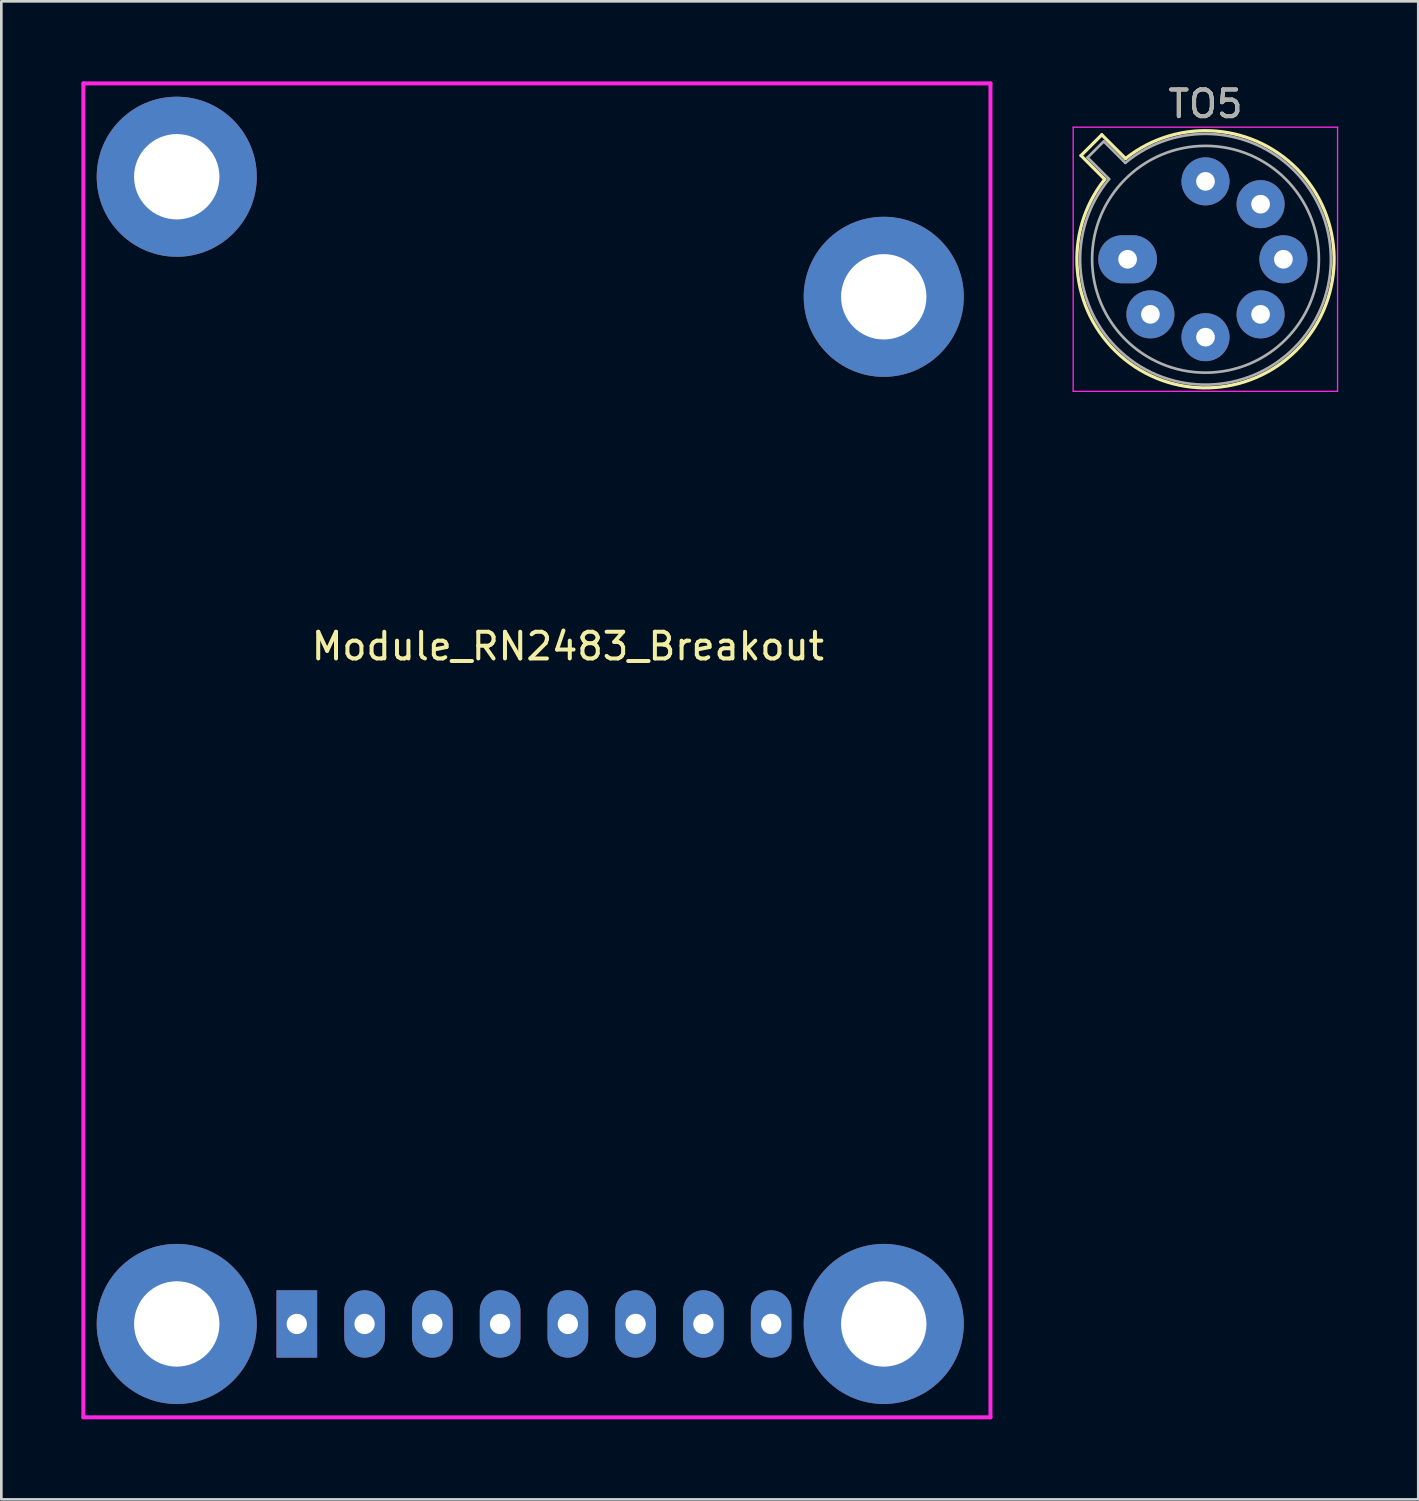
<source format=kicad_pcb>
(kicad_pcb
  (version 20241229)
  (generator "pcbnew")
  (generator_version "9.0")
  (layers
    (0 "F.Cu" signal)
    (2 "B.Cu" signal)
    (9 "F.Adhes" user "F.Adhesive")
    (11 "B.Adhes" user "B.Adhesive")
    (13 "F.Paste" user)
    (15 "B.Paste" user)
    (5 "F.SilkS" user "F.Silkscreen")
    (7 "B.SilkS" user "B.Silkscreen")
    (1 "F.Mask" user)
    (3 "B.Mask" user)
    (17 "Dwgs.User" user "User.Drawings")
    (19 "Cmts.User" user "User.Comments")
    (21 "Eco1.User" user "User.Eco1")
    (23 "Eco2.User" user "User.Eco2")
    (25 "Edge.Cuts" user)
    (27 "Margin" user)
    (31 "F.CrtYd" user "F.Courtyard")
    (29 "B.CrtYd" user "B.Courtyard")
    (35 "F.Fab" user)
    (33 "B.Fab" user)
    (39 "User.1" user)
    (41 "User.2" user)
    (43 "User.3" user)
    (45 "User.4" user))
  (footprint "TO5"
    (layer "F.Cu")
    (at 39.215 6.668)
    (property "Reference" "TO5" (at 2.92 -5.82 0) (layer "F.SilkS") (effects (font (size 1 1) (thickness 0.15))))
    (attr through_hole)
    (fp_line (start -1.746 -3.888) (end -0.855 -2.997) (stroke (width 0.12) (type solid)) (layer "F.SilkS"))
    (fp_line (start -0.968 -4.666) (end -1.746 -3.888) (stroke (width 0.12) (type solid)) (layer "F.SilkS"))
    (fp_line (start -0.077 -3.775) (end -0.968 -4.666) (stroke (width 0.12) (type solid)) (layer "F.SilkS"))
    (fp_arc (start -0.077084 -3.774902) (mid 6.328125 3.408384) (end -0.854674 -2.997371) (stroke (width 0.12) (type solid)) (layer "F.SilkS"))
    (fp_line (start -2.04 -4.95) (end -2.04 4.95) (stroke (width 0.05) (type solid)) (layer "F.CrtYd"))
    (fp_line (start -2.04 4.95) (end 7.87 4.95) (stroke (width 0.05) (type solid)) (layer "F.CrtYd"))
    (fp_line (start 7.87 -4.95) (end -2.04 -4.95) (stroke (width 0.05) (type solid)) (layer "F.CrtYd"))
    (fp_line (start 7.87 4.95) (end 7.87 -4.95) (stroke (width 0.05) (type solid)) (layer "F.CrtYd"))
    (fp_line (start -1.5 -3.812) (end -0.694 -3.005) (stroke (width 0.1) (type solid)) (layer "F.Fab"))
    (fp_line (start -0.892 -4.42) (end -1.5 -3.812) (stroke (width 0.1) (type solid)) (layer "F.Fab"))
    (fp_line (start -0.085 -3.614) (end -0.892 -4.42) (stroke (width 0.1) (type solid)) (layer "F.Fab"))
    (fp_arc (start -0.085408 -3.61352) (mid 6.243443 3.323361) (end -0.693594 -3.005319) (stroke (width 0.1) (type solid)) (layer "F.Fab"))
    (fp_circle (center 2.92 0) (end 7.17 0) (stroke (width 0.1) (type solid)) (fill no) (layer "F.Fab"))
    (fp_text user "${REFERENCE}" (at 2.92 -5.82 0) (layer "F.Fab") (effects (font (size 1 1) (thickness 0.15))))
    (pad "1" thru_hole oval (at 0 0) (size 2.2 1.8) (drill 0.7) (layers "*.Cu" "*.Mask"))
    (pad "2" thru_hole oval (at 0.855 2.065) (size 1.8 1.8) (drill 0.7) (layers "*.Cu" "*.Mask"))
    (pad "3" thru_hole oval (at 2.92 2.92) (size 1.8 1.8) (drill 0.7) (layers "*.Cu" "*.Mask"))
    (pad "4" thru_hole oval (at 4.985 2.065) (size 1.8 1.8) (drill 0.7) (layers "*.Cu" "*.Mask"))
    (pad "5" thru_hole oval (at 5.84 0) (size 1.8 1.8) (drill 0.7) (layers "*.Cu" "*.Mask"))
    (pad "6" thru_hole oval (at 4.985 -2.065) (size 1.8 1.8) (drill 0.7) (layers "*.Cu" "*.Mask"))
    (pad "7" thru_hole oval (at 2.92 -2.92) (size 1.8 1.8) (drill 0.7) (layers "*.Cu" "*.Mask")))
  (footprint "Module_RN2483_Breakout"
    (layer "F.Cu")
    (at 8.075 46.575)
    (property "Reference" "Module_RN2483_Breakout" (at 10.16 -25.4 0) (layer "F.SilkS") (effects (font (size 1 1) (thickness 0.15))))
    (attr through_hole)
    (fp_line (start -8 -46.5) (end -8 3.5) (stroke (width 0.15) (type solid)) (layer "F.CrtYd"))
    (fp_line (start -8 3.5) (end 26 3.5) (stroke (width 0.15) (type solid)) (layer "F.CrtYd"))
    (fp_line (start 26 -46.5) (end -8 -46.5) (stroke (width 0.15) (type solid)) (layer "F.CrtYd"))
    (fp_line (start 26 3.5) (end 26 -46.5) (stroke (width 0.15) (type solid)) (layer "F.CrtYd"))
    (pad "" np_thru_hole circle (at -4.5 -43) (size 6 6) (drill 3.2) (layers "*.Cu" "*.Mask"))
    (pad "" np_thru_hole circle (at -4.5 0) (size 6 6) (drill 3.2) (layers "*.Cu" "*.Mask"))
    (pad "" np_thru_hole circle (at 22 -38.5) (size 6 6) (drill 3.2) (layers "*.Cu" "*.Mask"))
    (pad "" np_thru_hole circle (at 22 0) (size 6 6) (drill 3.2) (layers "*.Cu" "*.Mask"))
    (pad "1" thru_hole rect (at 0 0) (size 1.524 2.524) (drill 0.762) (layers "*.Cu" "*.Mask"))
    (pad "2" thru_hole oval (at 2.54 0) (size 1.524 2.524) (drill 0.762) (layers "*.Cu" "*.Mask"))
    (pad "3" thru_hole oval (at 5.08 0) (size 1.524 2.524) (drill 0.762) (layers "*.Cu" "*.Mask"))
    (pad "4" thru_hole oval (at 7.62 0) (size 1.524 2.524) (drill 0.762) (layers "*.Cu" "*.Mask"))
    (pad "5" thru_hole oval (at 10.16 0) (size 1.524 2.524) (drill 0.762) (layers "*.Cu" "*.Mask"))
    (pad "6" thru_hole oval (at 12.7 0) (size 1.524 2.524) (drill 0.762) (layers "*.Cu" "*.Mask"))
    (pad "7" thru_hole oval (at 15.24 0) (size 1.524 2.524) (drill 0.762) (layers "*.Cu" "*.Mask"))
    (pad "8" thru_hole oval (at 17.78 0) (size 1.524 2.524) (drill 0.762) (layers "*.Cu" "*.Mask")))
  (gr_rect
    (start -3 -3)
    (end 50.11 53.15)
    (stroke (width 0.1) (type default))
    (fill no)
    (layer "Edge.Cuts")))
</source>
